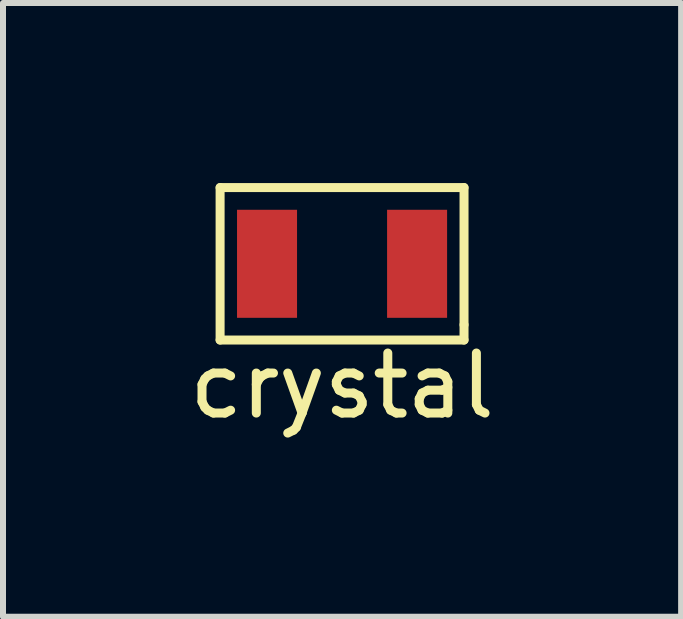
<source format=kicad_pcb>
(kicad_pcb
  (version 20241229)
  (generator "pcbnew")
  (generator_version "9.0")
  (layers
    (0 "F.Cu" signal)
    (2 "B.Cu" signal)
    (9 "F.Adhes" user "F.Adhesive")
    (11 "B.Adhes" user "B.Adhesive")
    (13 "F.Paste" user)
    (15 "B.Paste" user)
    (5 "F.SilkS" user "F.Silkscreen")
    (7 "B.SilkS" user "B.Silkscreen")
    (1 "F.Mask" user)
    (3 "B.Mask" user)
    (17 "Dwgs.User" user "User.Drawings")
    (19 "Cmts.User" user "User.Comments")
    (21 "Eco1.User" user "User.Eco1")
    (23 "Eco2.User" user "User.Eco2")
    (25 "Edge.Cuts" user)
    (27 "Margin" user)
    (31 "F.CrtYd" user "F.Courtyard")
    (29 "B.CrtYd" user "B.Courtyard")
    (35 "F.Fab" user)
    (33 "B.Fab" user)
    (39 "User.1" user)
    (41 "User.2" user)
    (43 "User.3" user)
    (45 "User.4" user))
  (footprint "crystal"
    (layer "F.Cu")
    (at 2.649 1.345)
    (property "Reference" "crystal" (at 0 2.032 0) (layer "F.SilkS") (effects (font (size 1 1) (thickness 0.15))))
    (attr through_hole)
    (fp_line (start -2.032 -1.27) (end 2.032 -1.27) (stroke (width 0.15) (type solid)) (layer "F.SilkS"))
    (fp_line (start -2.032 1.27) (end -2.032 -1.27) (stroke (width 0.15) (type solid)) (layer "F.SilkS"))
    (fp_line (start 2.032 -1.27) (end 2.032 1.016) (stroke (width 0.15) (type solid)) (layer "F.SilkS"))
    (fp_line (start 2.032 1.016) (end 2.032 1.27) (stroke (width 0.15) (type solid)) (layer "F.SilkS"))
    (fp_line (start 2.032 1.27) (end -2.032 1.27) (stroke (width 0.15) (type solid)) (layer "F.SilkS"))
    (pad "1" smd rect (at -1.25 0) (size 1 1.8) (layers "F.Cu" "F.Mask" "F.Paste"))
    (pad "2" smd rect (at 1.25 0) (size 1 1.8) (layers "F.Cu" "F.Mask" "F.Paste")))
  (gr_rect
    (start -3 -3)
    (end 8.298 7.225)
    (stroke (width 0.1) (type default))
    (fill no)
    (layer "Edge.Cuts")))
</source>
